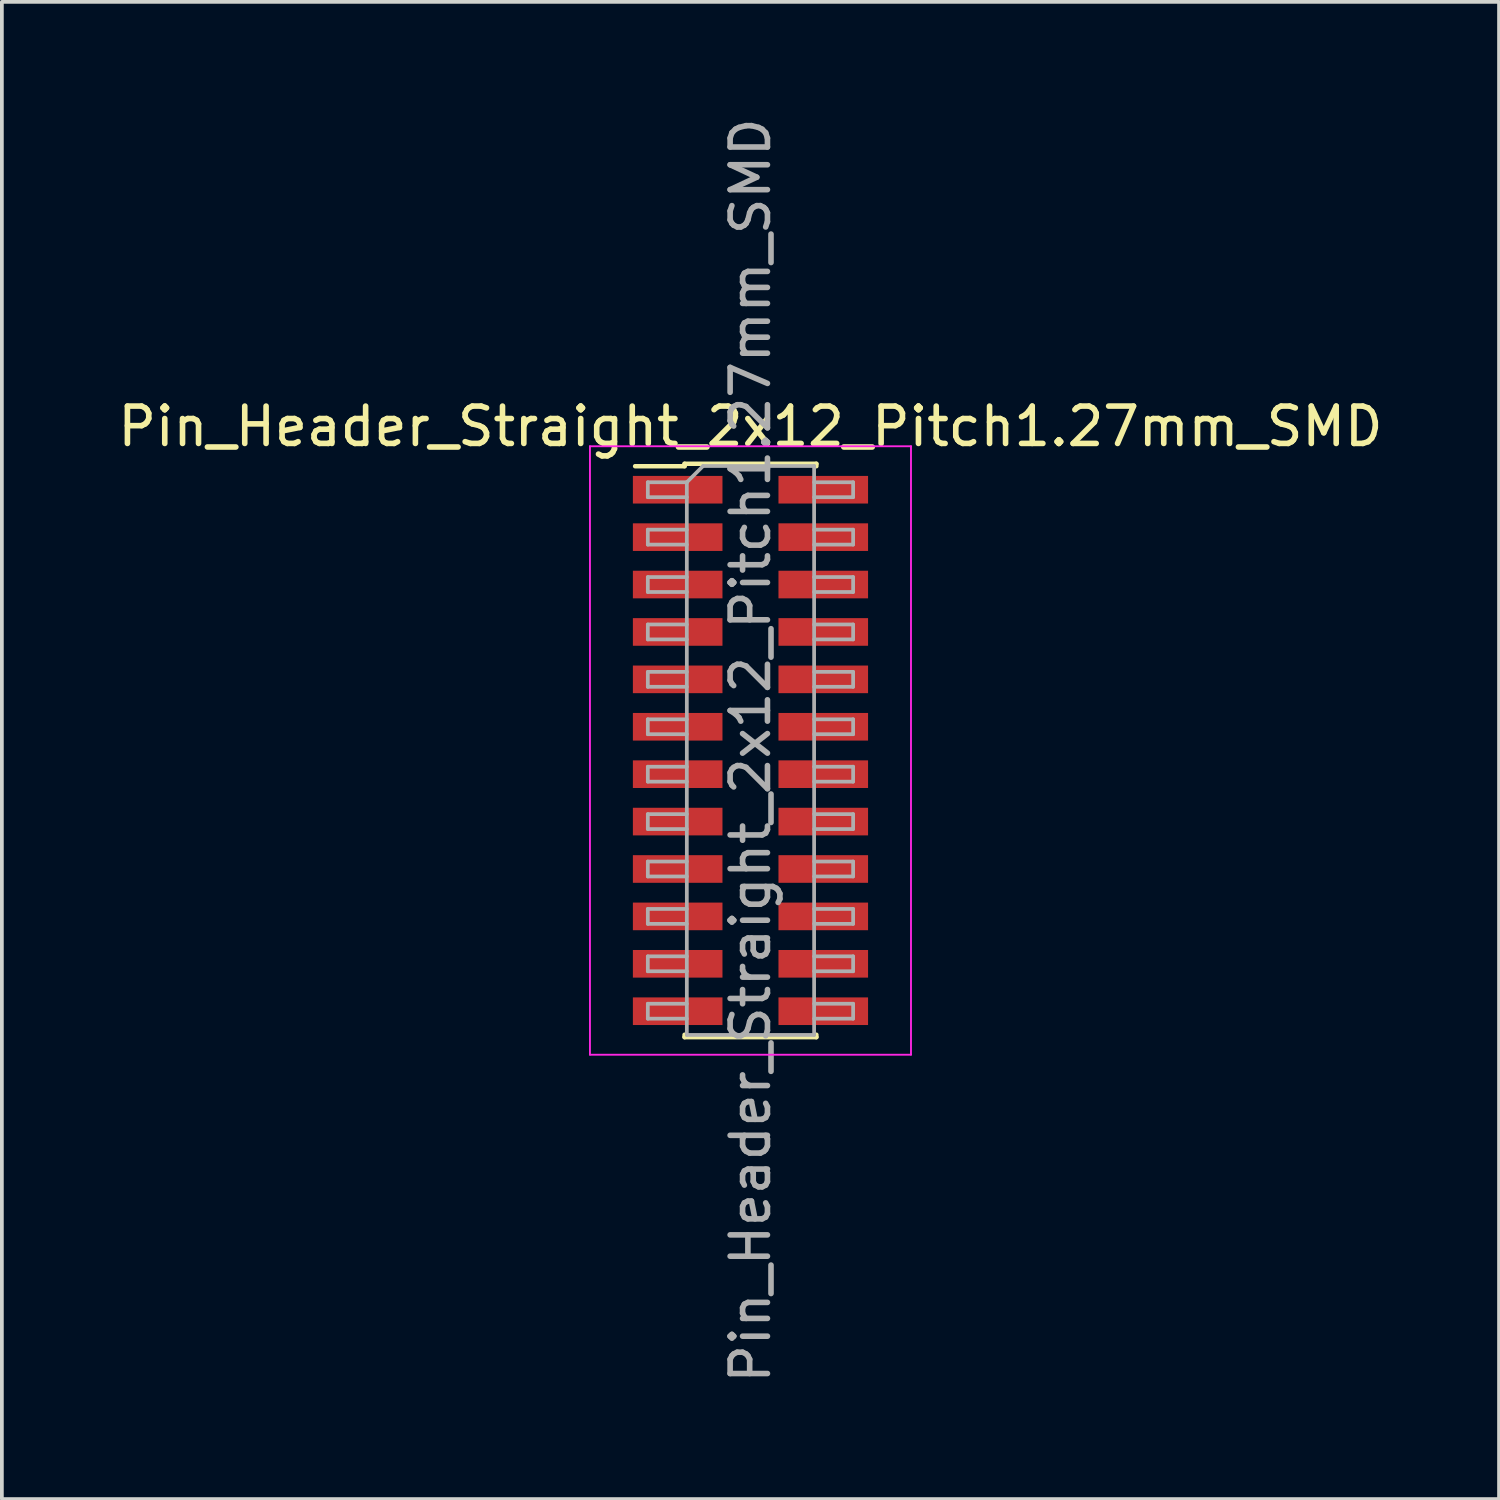
<source format=kicad_pcb>
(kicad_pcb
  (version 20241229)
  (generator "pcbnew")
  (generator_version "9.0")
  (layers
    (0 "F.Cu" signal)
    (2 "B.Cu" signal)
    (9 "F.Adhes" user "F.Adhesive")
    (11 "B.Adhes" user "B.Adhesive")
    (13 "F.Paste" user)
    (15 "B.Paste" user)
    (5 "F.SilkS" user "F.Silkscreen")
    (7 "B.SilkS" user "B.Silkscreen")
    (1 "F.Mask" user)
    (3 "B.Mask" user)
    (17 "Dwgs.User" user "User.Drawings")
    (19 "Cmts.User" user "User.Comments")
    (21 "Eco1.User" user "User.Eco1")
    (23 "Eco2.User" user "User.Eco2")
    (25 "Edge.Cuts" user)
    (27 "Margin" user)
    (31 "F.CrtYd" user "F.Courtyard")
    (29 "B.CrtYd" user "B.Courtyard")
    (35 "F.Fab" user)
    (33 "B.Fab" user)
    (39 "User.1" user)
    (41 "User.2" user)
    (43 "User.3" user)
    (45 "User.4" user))
  (footprint "Pin_Header_Straight_2x12_Pitch1.27mm_SMD"
    (layer "F.Cu")
    (at 17.054 17.054)
    (property "Reference" "Pin_Header_Straight_2x12_Pitch1.27mm_SMD" (at 0 -8.68 0) (layer "F.SilkS") (effects (font (size 1 1) (thickness 0.15))))
    (attr smd)
    (fp_line (start -3.09 -7.615) (end -1.765 -7.615) (stroke (width 0.12) (type solid)) (layer "F.SilkS"))
    (fp_line (start -1.765 -7.68) (end -1.765 -7.615) (stroke (width 0.12) (type solid)) (layer "F.SilkS"))
    (fp_line (start -1.765 -7.68) (end 1.765 -7.68) (stroke (width 0.12) (type solid)) (layer "F.SilkS"))
    (fp_line (start -1.765 7.615) (end -1.765 7.68) (stroke (width 0.12) (type solid)) (layer "F.SilkS"))
    (fp_line (start -1.765 7.68) (end 1.765 7.68) (stroke (width 0.12) (type solid)) (layer "F.SilkS"))
    (fp_line (start 1.765 -7.68) (end 1.765 -7.615) (stroke (width 0.12) (type solid)) (layer "F.SilkS"))
    (fp_line (start 1.765 7.615) (end 1.765 7.68) (stroke (width 0.12) (type solid)) (layer "F.SilkS"))
    (fp_line (start -4.3 -8.15) (end -4.3 8.15) (stroke (width 0.05) (type solid)) (layer "F.CrtYd"))
    (fp_line (start -4.3 8.15) (end 4.3 8.15) (stroke (width 0.05) (type solid)) (layer "F.CrtYd"))
    (fp_line (start 4.3 -8.15) (end -4.3 -8.15) (stroke (width 0.05) (type solid)) (layer "F.CrtYd"))
    (fp_line (start 4.3 8.15) (end 4.3 -8.15) (stroke (width 0.05) (type solid)) (layer "F.CrtYd"))
    (fp_line (start -2.75 -7.185) (end -2.75 -6.785) (stroke (width 0.1) (type solid)) (layer "F.Fab"))
    (fp_line (start -2.75 -6.785) (end -1.705 -6.785) (stroke (width 0.1) (type solid)) (layer "F.Fab"))
    (fp_line (start -2.75 -5.915) (end -2.75 -5.515) (stroke (width 0.1) (type solid)) (layer "F.Fab"))
    (fp_line (start -2.75 -5.515) (end -1.705 -5.515) (stroke (width 0.1) (type solid)) (layer "F.Fab"))
    (fp_line (start -2.75 -4.645) (end -2.75 -4.245) (stroke (width 0.1) (type solid)) (layer "F.Fab"))
    (fp_line (start -2.75 -4.245) (end -1.705 -4.245) (stroke (width 0.1) (type solid)) (layer "F.Fab"))
    (fp_line (start -2.75 -3.375) (end -2.75 -2.975) (stroke (width 0.1) (type solid)) (layer "F.Fab"))
    (fp_line (start -2.75 -2.975) (end -1.705 -2.975) (stroke (width 0.1) (type solid)) (layer "F.Fab"))
    (fp_line (start -2.75 -2.105) (end -2.75 -1.705) (stroke (width 0.1) (type solid)) (layer "F.Fab"))
    (fp_line (start -2.75 -1.705) (end -1.705 -1.705) (stroke (width 0.1) (type solid)) (layer "F.Fab"))
    (fp_line (start -2.75 -0.835) (end -2.75 -0.435) (stroke (width 0.1) (type solid)) (layer "F.Fab"))
    (fp_line (start -2.75 -0.435) (end -1.705 -0.435) (stroke (width 0.1) (type solid)) (layer "F.Fab"))
    (fp_line (start -2.75 0.435) (end -2.75 0.835) (stroke (width 0.1) (type solid)) (layer "F.Fab"))
    (fp_line (start -2.75 0.835) (end -1.705 0.835) (stroke (width 0.1) (type solid)) (layer "F.Fab"))
    (fp_line (start -2.75 1.705) (end -2.75 2.105) (stroke (width 0.1) (type solid)) (layer "F.Fab"))
    (fp_line (start -2.75 2.105) (end -1.705 2.105) (stroke (width 0.1) (type solid)) (layer "F.Fab"))
    (fp_line (start -2.75 2.975) (end -2.75 3.375) (stroke (width 0.1) (type solid)) (layer "F.Fab"))
    (fp_line (start -2.75 3.375) (end -1.705 3.375) (stroke (width 0.1) (type solid)) (layer "F.Fab"))
    (fp_line (start -2.75 4.245) (end -2.75 4.645) (stroke (width 0.1) (type solid)) (layer "F.Fab"))
    (fp_line (start -2.75 4.645) (end -1.705 4.645) (stroke (width 0.1) (type solid)) (layer "F.Fab"))
    (fp_line (start -2.75 5.515) (end -2.75 5.915) (stroke (width 0.1) (type solid)) (layer "F.Fab"))
    (fp_line (start -2.75 5.915) (end -1.705 5.915) (stroke (width 0.1) (type solid)) (layer "F.Fab"))
    (fp_line (start -2.75 6.785) (end -2.75 7.185) (stroke (width 0.1) (type solid)) (layer "F.Fab"))
    (fp_line (start -2.75 7.185) (end -1.705 7.185) (stroke (width 0.1) (type solid)) (layer "F.Fab"))
    (fp_line (start -1.705 -7.185) (end -2.75 -7.185) (stroke (width 0.1) (type solid)) (layer "F.Fab"))
    (fp_line (start -1.705 -7.185) (end -1.27 -7.62) (stroke (width 0.1) (type solid)) (layer "F.Fab"))
    (fp_line (start -1.705 -5.915) (end -2.75 -5.915) (stroke (width 0.1) (type solid)) (layer "F.Fab"))
    (fp_line (start -1.705 -4.645) (end -2.75 -4.645) (stroke (width 0.1) (type solid)) (layer "F.Fab"))
    (fp_line (start -1.705 -3.375) (end -2.75 -3.375) (stroke (width 0.1) (type solid)) (layer "F.Fab"))
    (fp_line (start -1.705 -2.105) (end -2.75 -2.105) (stroke (width 0.1) (type solid)) (layer "F.Fab"))
    (fp_line (start -1.705 -0.835) (end -2.75 -0.835) (stroke (width 0.1) (type solid)) (layer "F.Fab"))
    (fp_line (start -1.705 0.435) (end -2.75 0.435) (stroke (width 0.1) (type solid)) (layer "F.Fab"))
    (fp_line (start -1.705 1.705) (end -2.75 1.705) (stroke (width 0.1) (type solid)) (layer "F.Fab"))
    (fp_line (start -1.705 2.975) (end -2.75 2.975) (stroke (width 0.1) (type solid)) (layer "F.Fab"))
    (fp_line (start -1.705 4.245) (end -2.75 4.245) (stroke (width 0.1) (type solid)) (layer "F.Fab"))
    (fp_line (start -1.705 5.515) (end -2.75 5.515) (stroke (width 0.1) (type solid)) (layer "F.Fab"))
    (fp_line (start -1.705 6.785) (end -2.75 6.785) (stroke (width 0.1) (type solid)) (layer "F.Fab"))
    (fp_line (start -1.705 7.62) (end -1.705 -7.185) (stroke (width 0.1) (type solid)) (layer "F.Fab"))
    (fp_line (start -1.27 -7.62) (end 1.705 -7.62) (stroke (width 0.1) (type solid)) (layer "F.Fab"))
    (fp_line (start 1.705 -7.62) (end 1.705 7.62) (stroke (width 0.1) (type solid)) (layer "F.Fab"))
    (fp_line (start 1.705 -7.185) (end 2.75 -7.185) (stroke (width 0.1) (type solid)) (layer "F.Fab"))
    (fp_line (start 1.705 -5.915) (end 2.75 -5.915) (stroke (width 0.1) (type solid)) (layer "F.Fab"))
    (fp_line (start 1.705 -4.645) (end 2.75 -4.645) (stroke (width 0.1) (type solid)) (layer "F.Fab"))
    (fp_line (start 1.705 -3.375) (end 2.75 -3.375) (stroke (width 0.1) (type solid)) (layer "F.Fab"))
    (fp_line (start 1.705 -2.105) (end 2.75 -2.105) (stroke (width 0.1) (type solid)) (layer "F.Fab"))
    (fp_line (start 1.705 -0.835) (end 2.75 -0.835) (stroke (width 0.1) (type solid)) (layer "F.Fab"))
    (fp_line (start 1.705 0.435) (end 2.75 0.435) (stroke (width 0.1) (type solid)) (layer "F.Fab"))
    (fp_line (start 1.705 1.705) (end 2.75 1.705) (stroke (width 0.1) (type solid)) (layer "F.Fab"))
    (fp_line (start 1.705 2.975) (end 2.75 2.975) (stroke (width 0.1) (type solid)) (layer "F.Fab"))
    (fp_line (start 1.705 4.245) (end 2.75 4.245) (stroke (width 0.1) (type solid)) (layer "F.Fab"))
    (fp_line (start 1.705 5.515) (end 2.75 5.515) (stroke (width 0.1) (type solid)) (layer "F.Fab"))
    (fp_line (start 1.705 6.785) (end 2.75 6.785) (stroke (width 0.1) (type solid)) (layer "F.Fab"))
    (fp_line (start 1.705 7.62) (end -1.705 7.62) (stroke (width 0.1) (type solid)) (layer "F.Fab"))
    (fp_line (start 2.75 -7.185) (end 2.75 -6.785) (stroke (width 0.1) (type solid)) (layer "F.Fab"))
    (fp_line (start 2.75 -6.785) (end 1.705 -6.785) (stroke (width 0.1) (type solid)) (layer "F.Fab"))
    (fp_line (start 2.75 -5.915) (end 2.75 -5.515) (stroke (width 0.1) (type solid)) (layer "F.Fab"))
    (fp_line (start 2.75 -5.515) (end 1.705 -5.515) (stroke (width 0.1) (type solid)) (layer "F.Fab"))
    (fp_line (start 2.75 -4.645) (end 2.75 -4.245) (stroke (width 0.1) (type solid)) (layer "F.Fab"))
    (fp_line (start 2.75 -4.245) (end 1.705 -4.245) (stroke (width 0.1) (type solid)) (layer "F.Fab"))
    (fp_line (start 2.75 -3.375) (end 2.75 -2.975) (stroke (width 0.1) (type solid)) (layer "F.Fab"))
    (fp_line (start 2.75 -2.975) (end 1.705 -2.975) (stroke (width 0.1) (type solid)) (layer "F.Fab"))
    (fp_line (start 2.75 -2.105) (end 2.75 -1.705) (stroke (width 0.1) (type solid)) (layer "F.Fab"))
    (fp_line (start 2.75 -1.705) (end 1.705 -1.705) (stroke (width 0.1) (type solid)) (layer "F.Fab"))
    (fp_line (start 2.75 -0.835) (end 2.75 -0.435) (stroke (width 0.1) (type solid)) (layer "F.Fab"))
    (fp_line (start 2.75 -0.435) (end 1.705 -0.435) (stroke (width 0.1) (type solid)) (layer "F.Fab"))
    (fp_line (start 2.75 0.435) (end 2.75 0.835) (stroke (width 0.1) (type solid)) (layer "F.Fab"))
    (fp_line (start 2.75 0.835) (end 1.705 0.835) (stroke (width 0.1) (type solid)) (layer "F.Fab"))
    (fp_line (start 2.75 1.705) (end 2.75 2.105) (stroke (width 0.1) (type solid)) (layer "F.Fab"))
    (fp_line (start 2.75 2.105) (end 1.705 2.105) (stroke (width 0.1) (type solid)) (layer "F.Fab"))
    (fp_line (start 2.75 2.975) (end 2.75 3.375) (stroke (width 0.1) (type solid)) (layer "F.Fab"))
    (fp_line (start 2.75 3.375) (end 1.705 3.375) (stroke (width 0.1) (type solid)) (layer "F.Fab"))
    (fp_line (start 2.75 4.245) (end 2.75 4.645) (stroke (width 0.1) (type solid)) (layer "F.Fab"))
    (fp_line (start 2.75 4.645) (end 1.705 4.645) (stroke (width 0.1) (type solid)) (layer "F.Fab"))
    (fp_line (start 2.75 5.515) (end 2.75 5.915) (stroke (width 0.1) (type solid)) (layer "F.Fab"))
    (fp_line (start 2.75 5.915) (end 1.705 5.915) (stroke (width 0.1) (type solid)) (layer "F.Fab"))
    (fp_line (start 2.75 6.785) (end 2.75 7.185) (stroke (width 0.1) (type solid)) (layer "F.Fab"))
    (fp_line (start 2.75 7.185) (end 1.705 7.185) (stroke (width 0.1) (type solid)) (layer "F.Fab"))
    (fp_text user "${REFERENCE}" (at 0 0 90) (layer "F.Fab") (effects (font (size 1 1) (thickness 0.15))))
    (pad "1" smd rect (at -1.95 -6.985) (size 2.4 0.74) (layers "F.Cu" "F.Mask" "F.Paste"))
    (pad "2" smd rect (at 1.95 -6.985) (size 2.4 0.74) (layers "F.Cu" "F.Mask" "F.Paste"))
    (pad "3" smd rect (at -1.95 -5.715) (size 2.4 0.74) (layers "F.Cu" "F.Mask" "F.Paste"))
    (pad "4" smd rect (at 1.95 -5.715) (size 2.4 0.74) (layers "F.Cu" "F.Mask" "F.Paste"))
    (pad "5" smd rect (at -1.95 -4.445) (size 2.4 0.74) (layers "F.Cu" "F.Mask" "F.Paste"))
    (pad "6" smd rect (at 1.95 -4.445) (size 2.4 0.74) (layers "F.Cu" "F.Mask" "F.Paste"))
    (pad "7" smd rect (at -1.95 -3.175) (size 2.4 0.74) (layers "F.Cu" "F.Mask" "F.Paste"))
    (pad "8" smd rect (at 1.95 -3.175) (size 2.4 0.74) (layers "F.Cu" "F.Mask" "F.Paste"))
    (pad "9" smd rect (at -1.95 -1.905) (size 2.4 0.74) (layers "F.Cu" "F.Mask" "F.Paste"))
    (pad "10" smd rect (at 1.95 -1.905) (size 2.4 0.74) (layers "F.Cu" "F.Mask" "F.Paste"))
    (pad "11" smd rect (at -1.95 -0.635) (size 2.4 0.74) (layers "F.Cu" "F.Mask" "F.Paste"))
    (pad "12" smd rect (at 1.95 -0.635) (size 2.4 0.74) (layers "F.Cu" "F.Mask" "F.Paste"))
    (pad "13" smd rect (at -1.95 0.635) (size 2.4 0.74) (layers "F.Cu" "F.Mask" "F.Paste"))
    (pad "14" smd rect (at 1.95 0.635) (size 2.4 0.74) (layers "F.Cu" "F.Mask" "F.Paste"))
    (pad "15" smd rect (at -1.95 1.905) (size 2.4 0.74) (layers "F.Cu" "F.Mask" "F.Paste"))
    (pad "16" smd rect (at 1.95 1.905) (size 2.4 0.74) (layers "F.Cu" "F.Mask" "F.Paste"))
    (pad "17" smd rect (at -1.95 3.175) (size 2.4 0.74) (layers "F.Cu" "F.Mask" "F.Paste"))
    (pad "18" smd rect (at 1.95 3.175) (size 2.4 0.74) (layers "F.Cu" "F.Mask" "F.Paste"))
    (pad "19" smd rect (at -1.95 4.445) (size 2.4 0.74) (layers "F.Cu" "F.Mask" "F.Paste"))
    (pad "20" smd rect (at 1.95 4.445) (size 2.4 0.74) (layers "F.Cu" "F.Mask" "F.Paste"))
    (pad "21" smd rect (at -1.95 5.715) (size 2.4 0.74) (layers "F.Cu" "F.Mask" "F.Paste"))
    (pad "22" smd rect (at 1.95 5.715) (size 2.4 0.74) (layers "F.Cu" "F.Mask" "F.Paste"))
    (pad "23" smd rect (at -1.95 6.985) (size 2.4 0.74) (layers "F.Cu" "F.Mask" "F.Paste"))
    (pad "24" smd rect (at 1.95 6.985) (size 2.4 0.74) (layers "F.Cu" "F.Mask" "F.Paste")))
  (gr_rect
    (start -3 -3)
    (end 37.107 37.107)
    (stroke (width 0.1) (type default))
    (fill no)
    (layer "Edge.Cuts")))
</source>
